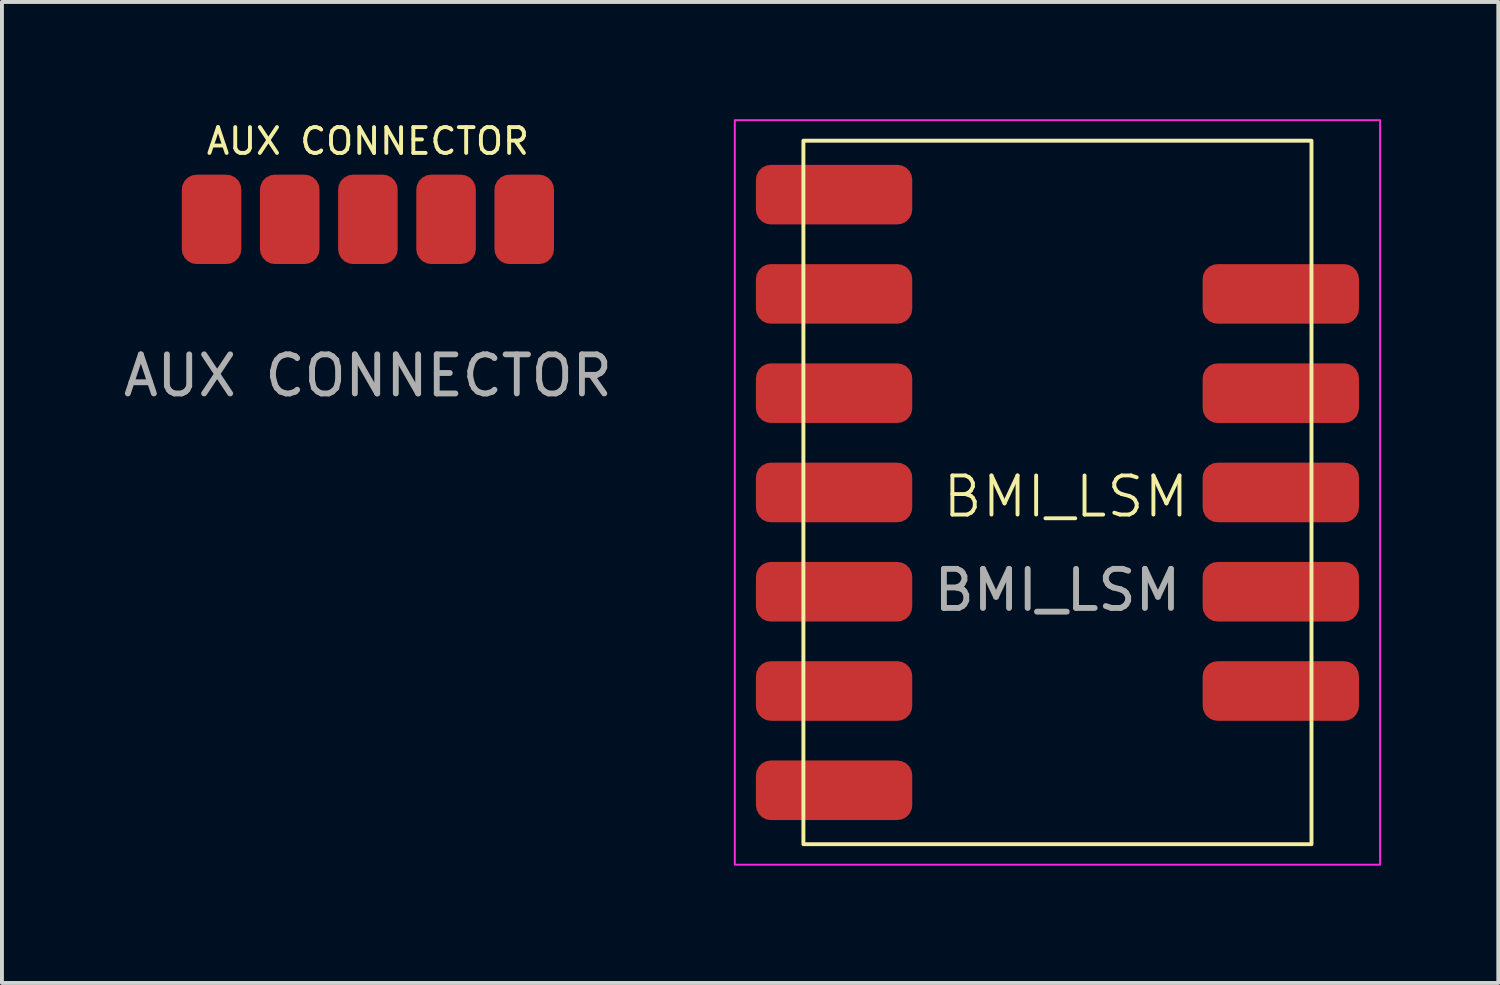
<source format=kicad_pcb>
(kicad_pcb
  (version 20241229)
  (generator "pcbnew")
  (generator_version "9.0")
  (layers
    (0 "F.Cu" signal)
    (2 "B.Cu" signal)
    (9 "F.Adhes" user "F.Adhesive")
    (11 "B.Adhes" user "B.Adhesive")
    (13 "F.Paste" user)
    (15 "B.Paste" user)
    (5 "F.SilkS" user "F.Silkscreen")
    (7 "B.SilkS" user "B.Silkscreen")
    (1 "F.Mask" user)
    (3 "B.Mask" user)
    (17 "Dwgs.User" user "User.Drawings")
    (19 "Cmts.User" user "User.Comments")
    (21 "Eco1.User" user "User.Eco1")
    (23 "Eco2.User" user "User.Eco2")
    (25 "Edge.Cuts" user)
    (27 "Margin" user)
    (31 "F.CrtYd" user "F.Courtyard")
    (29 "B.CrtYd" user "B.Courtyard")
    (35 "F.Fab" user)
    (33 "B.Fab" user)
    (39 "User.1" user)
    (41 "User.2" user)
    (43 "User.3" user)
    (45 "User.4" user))
  (footprint "BMI_LSM"
    (layer "F.Cu")
    (at 24.006 9.55)
    (property "Reference" "BMI_LSM" (at 0.217 0.108 0) (unlocked yes) (layer "F.SilkS") (effects (font (size 1 1) (thickness 0.1))))
    (attr smd)
    (fp_rect (start -6.5 -9) (end 6.5 9) (stroke (width 0.1) (type default)) (fill no) (layer "F.SilkS"))
    (fp_rect (start -8.255 -9.525) (end 8.255 9.525) (stroke (width 0.05) (type default)) (fill no) (layer "F.CrtYd"))
    (fp_text user "${REFERENCE}" (at 0 2.5 0) (unlocked yes) (layer "F.Fab") (effects (font (size 1 1) (thickness 0.15))))
    (pad "1" smd roundrect (at -5.715 -7.62) (size 4 1.524) (layers "F.Cu" "F.Mask" "F.Paste") (roundrect_rratio 0.25))
    (pad "2" smd roundrect (at -5.715 -5.08) (size 4 1.524) (layers "F.Cu" "F.Mask" "F.Paste") (roundrect_rratio 0.25))
    (pad "3" smd roundrect (at -5.715 -2.54) (size 4 1.524) (layers "F.Cu" "F.Mask" "F.Paste") (roundrect_rratio 0.25))
    (pad "4" smd roundrect (at -5.715 0) (size 4 1.524) (layers "F.Cu" "F.Mask" "F.Paste") (roundrect_rratio 0.25))
    (pad "5" smd roundrect (at -5.715 2.54) (size 4 1.524) (layers "F.Cu" "F.Mask" "F.Paste") (roundrect_rratio 0.25))
    (pad "6" smd roundrect (at -5.715 5.08) (size 4 1.524) (layers "F.Cu" "F.Mask" "F.Paste") (roundrect_rratio 0.25))
    (pad "7" smd roundrect (at -5.715 7.62) (size 4 1.524) (layers "F.Cu" "F.Mask" "F.Paste") (roundrect_rratio 0.25))
    (pad "8" smd roundrect (at 5.715 -5.08) (size 4 1.524) (layers "F.Cu" "F.Mask" "F.Paste") (roundrect_rratio 0.25))
    (pad "9" smd roundrect (at 5.715 -2.54) (size 4 1.524) (layers "F.Cu" "F.Mask" "F.Paste") (roundrect_rratio 0.25))
    (pad "10" smd roundrect (at 5.715 0) (size 4 1.524) (layers "F.Cu" "F.Mask" "F.Paste") (roundrect_rratio 0.25))
    (pad "11" smd roundrect (at 5.715 2.54) (size 4 1.524) (layers "F.Cu" "F.Mask" "F.Paste") (roundrect_rratio 0.25))
    (pad "12" smd roundrect (at 5.715 5.08) (size 4 1.524) (layers "F.Cu" "F.Mask" "F.Paste") (roundrect_rratio 0.25)))
  (footprint "AUX CONNECTOR"
    (layer "F.Cu")
    (at 6.363 2.562)
    (property "Reference" "AUX CONNECTOR" (at 0 -2 0) (unlocked yes) (layer "F.SilkS") (effects (font (size 0.66 0.66) (thickness 0.1))))
    (attr smd)
    (fp_text user "${REFERENCE}" (at 0 4 0) (unlocked yes) (layer "F.Fab") (effects (font (size 1 1) (thickness 0.15))))
    (pad "1" smd roundrect (at -4 0 90) (size 2.286 1.524) (layers "F.Cu" "F.Mask" "F.Paste") (roundrect_rratio 0.25))
    (pad "2" smd roundrect (at -2 0 90) (size 2.286 1.524) (layers "F.Cu" "F.Mask" "F.Paste") (roundrect_rratio 0.25))
    (pad "3" smd roundrect (at 0 0 90) (size 2.286 1.524) (layers "F.Cu" "F.Mask" "F.Paste") (roundrect_rratio 0.25))
    (pad "4" smd roundrect (at 2 0 90) (size 2.286 1.524) (layers "F.Cu" "F.Mask" "F.Paste") (roundrect_rratio 0.25))
    (pad "5" smd roundrect (at 4 0 90) (size 2.286 1.524) (layers "F.Cu" "F.Mask" "F.Paste") (roundrect_rratio 0.25)))
  (gr_rect
    (start -3 -3)
    (end 35.286 22.1)
    (stroke (width 0.1) (type default))
    (fill no)
    (layer "Edge.Cuts")))
</source>
